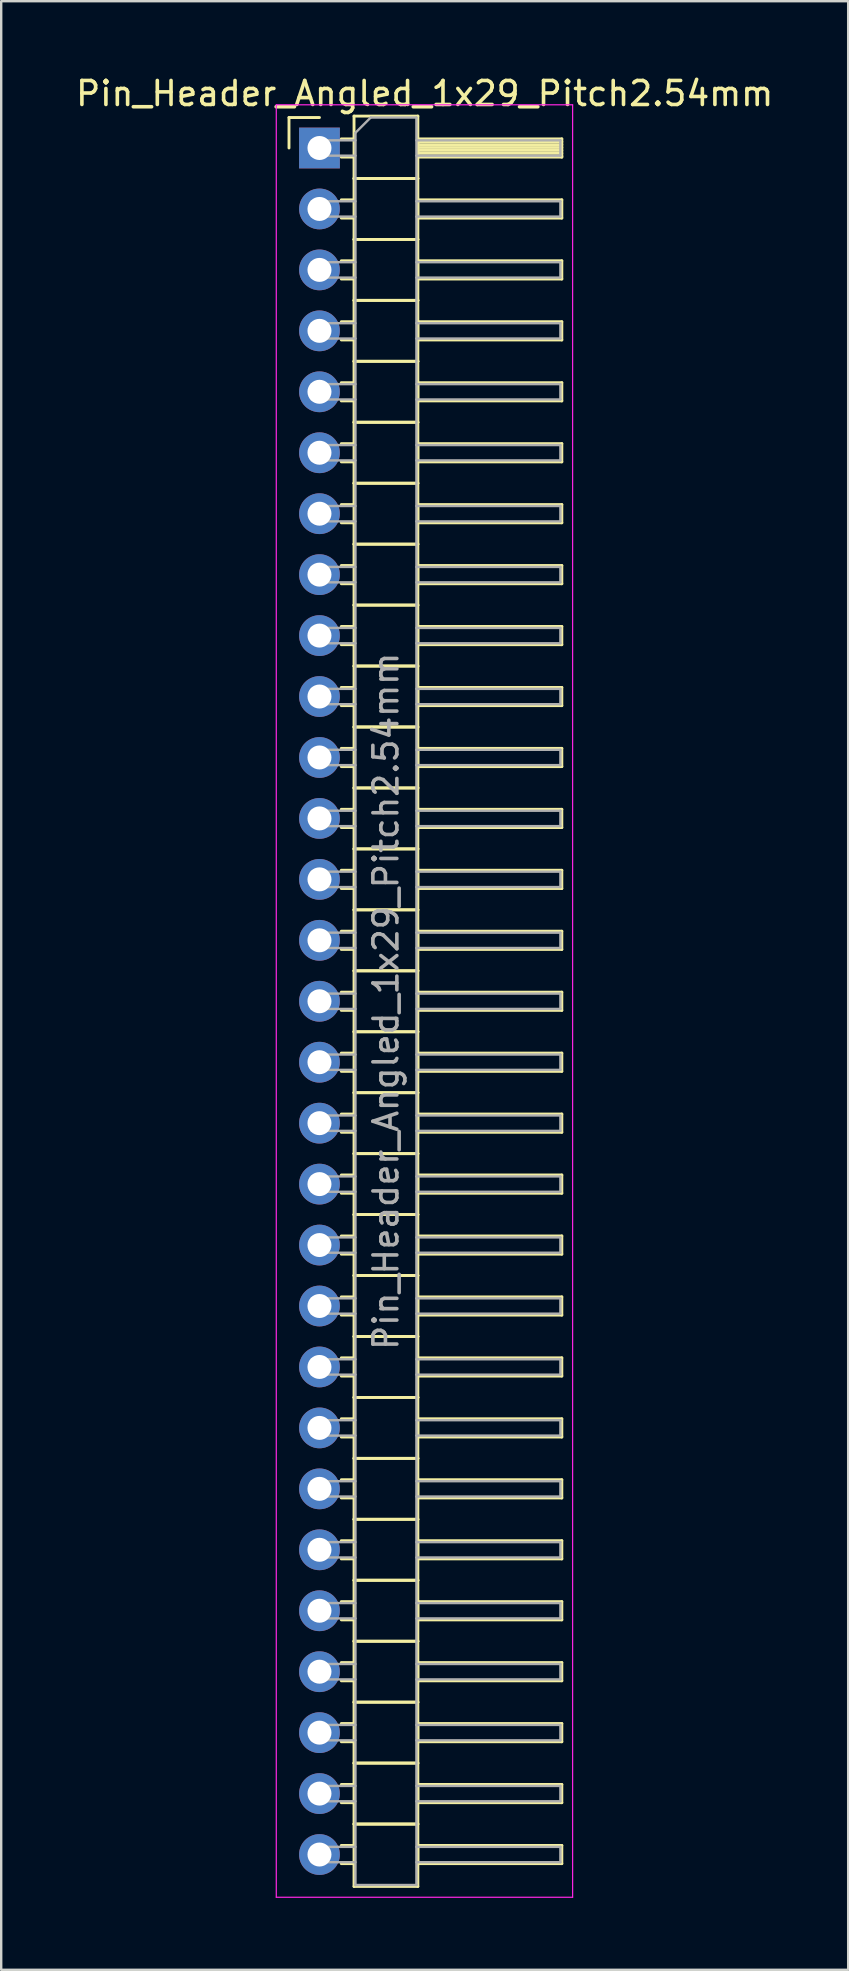
<source format=kicad_pcb>
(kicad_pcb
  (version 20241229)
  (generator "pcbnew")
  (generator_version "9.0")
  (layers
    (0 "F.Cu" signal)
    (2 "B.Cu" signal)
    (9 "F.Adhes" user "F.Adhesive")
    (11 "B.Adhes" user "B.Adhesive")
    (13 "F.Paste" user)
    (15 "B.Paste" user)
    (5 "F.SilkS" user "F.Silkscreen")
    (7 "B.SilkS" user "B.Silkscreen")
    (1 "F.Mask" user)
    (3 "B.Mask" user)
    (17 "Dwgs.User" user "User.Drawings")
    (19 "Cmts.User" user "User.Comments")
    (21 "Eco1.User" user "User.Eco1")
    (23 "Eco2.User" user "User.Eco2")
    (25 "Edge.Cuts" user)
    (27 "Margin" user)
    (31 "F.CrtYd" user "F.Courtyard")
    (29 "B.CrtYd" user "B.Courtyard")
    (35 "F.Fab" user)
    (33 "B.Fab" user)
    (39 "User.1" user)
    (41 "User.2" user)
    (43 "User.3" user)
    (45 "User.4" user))
  (footprint "Pin_Header_Angled_1x29_Pitch2.54mm"
    (layer "F.Cu")
    (at 10.264 3.118)
    (property "Reference" "Pin_Header_Angled_1x29_Pitch2.54mm" (at 4.385 -2.27 0) (layer "F.SilkS") (effects (font (size 1 1) (thickness 0.15))))
    (attr through_hole)
    (fp_line (start -1.27 -1.27) (end 0 -1.27) (stroke (width 0.12) (type solid)) (layer "F.SilkS"))
    (fp_line (start -1.27 0) (end -1.27 -1.27) (stroke (width 0.12) (type solid)) (layer "F.SilkS"))
    (fp_line (start 0.91 -0.38) (end 1.44 -0.38) (stroke (width 0.12) (type solid)) (layer "F.SilkS"))
    (fp_line (start 0.91 0.38) (end 1.44 0.38) (stroke (width 0.12) (type solid)) (layer "F.SilkS"))
    (fp_line (start 0.91 2.16) (end 1.44 2.16) (stroke (width 0.12) (type solid)) (layer "F.SilkS"))
    (fp_line (start 0.91 2.92) (end 1.44 2.92) (stroke (width 0.12) (type solid)) (layer "F.SilkS"))
    (fp_line (start 0.91 4.7) (end 1.44 4.7) (stroke (width 0.12) (type solid)) (layer "F.SilkS"))
    (fp_line (start 0.91 5.46) (end 1.44 5.46) (stroke (width 0.12) (type solid)) (layer "F.SilkS"))
    (fp_line (start 0.91 7.24) (end 1.44 7.24) (stroke (width 0.12) (type solid)) (layer "F.SilkS"))
    (fp_line (start 0.91 8) (end 1.44 8) (stroke (width 0.12) (type solid)) (layer "F.SilkS"))
    (fp_line (start 0.91 9.78) (end 1.44 9.78) (stroke (width 0.12) (type solid)) (layer "F.SilkS"))
    (fp_line (start 0.91 10.54) (end 1.44 10.54) (stroke (width 0.12) (type solid)) (layer "F.SilkS"))
    (fp_line (start 0.91 12.32) (end 1.44 12.32) (stroke (width 0.12) (type solid)) (layer "F.SilkS"))
    (fp_line (start 0.91 13.08) (end 1.44 13.08) (stroke (width 0.12) (type solid)) (layer "F.SilkS"))
    (fp_line (start 0.91 14.86) (end 1.44 14.86) (stroke (width 0.12) (type solid)) (layer "F.SilkS"))
    (fp_line (start 0.91 15.62) (end 1.44 15.62) (stroke (width 0.12) (type solid)) (layer "F.SilkS"))
    (fp_line (start 0.91 17.4) (end 1.44 17.4) (stroke (width 0.12) (type solid)) (layer "F.SilkS"))
    (fp_line (start 0.91 18.16) (end 1.44 18.16) (stroke (width 0.12) (type solid)) (layer "F.SilkS"))
    (fp_line (start 0.91 19.94) (end 1.44 19.94) (stroke (width 0.12) (type solid)) (layer "F.SilkS"))
    (fp_line (start 0.91 20.7) (end 1.44 20.7) (stroke (width 0.12) (type solid)) (layer "F.SilkS"))
    (fp_line (start 0.91 22.48) (end 1.44 22.48) (stroke (width 0.12) (type solid)) (layer "F.SilkS"))
    (fp_line (start 0.91 23.24) (end 1.44 23.24) (stroke (width 0.12) (type solid)) (layer "F.SilkS"))
    (fp_line (start 0.91 25.02) (end 1.44 25.02) (stroke (width 0.12) (type solid)) (layer "F.SilkS"))
    (fp_line (start 0.91 25.78) (end 1.44 25.78) (stroke (width 0.12) (type solid)) (layer "F.SilkS"))
    (fp_line (start 0.91 27.56) (end 1.44 27.56) (stroke (width 0.12) (type solid)) (layer "F.SilkS"))
    (fp_line (start 0.91 28.32) (end 1.44 28.32) (stroke (width 0.12) (type solid)) (layer "F.SilkS"))
    (fp_line (start 0.91 30.1) (end 1.44 30.1) (stroke (width 0.12) (type solid)) (layer "F.SilkS"))
    (fp_line (start 0.91 30.86) (end 1.44 30.86) (stroke (width 0.12) (type solid)) (layer "F.SilkS"))
    (fp_line (start 0.91 32.64) (end 1.44 32.64) (stroke (width 0.12) (type solid)) (layer "F.SilkS"))
    (fp_line (start 0.91 33.4) (end 1.44 33.4) (stroke (width 0.12) (type solid)) (layer "F.SilkS"))
    (fp_line (start 0.91 35.18) (end 1.44 35.18) (stroke (width 0.12) (type solid)) (layer "F.SilkS"))
    (fp_line (start 0.91 35.94) (end 1.44 35.94) (stroke (width 0.12) (type solid)) (layer "F.SilkS"))
    (fp_line (start 0.91 37.72) (end 1.44 37.72) (stroke (width 0.12) (type solid)) (layer "F.SilkS"))
    (fp_line (start 0.91 38.48) (end 1.44 38.48) (stroke (width 0.12) (type solid)) (layer "F.SilkS"))
    (fp_line (start 0.91 40.26) (end 1.44 40.26) (stroke (width 0.12) (type solid)) (layer "F.SilkS"))
    (fp_line (start 0.91 41.02) (end 1.44 41.02) (stroke (width 0.12) (type solid)) (layer "F.SilkS"))
    (fp_line (start 0.91 42.8) (end 1.44 42.8) (stroke (width 0.12) (type solid)) (layer "F.SilkS"))
    (fp_line (start 0.91 43.56) (end 1.44 43.56) (stroke (width 0.12) (type solid)) (layer "F.SilkS"))
    (fp_line (start 0.91 45.34) (end 1.44 45.34) (stroke (width 0.12) (type solid)) (layer "F.SilkS"))
    (fp_line (start 0.91 46.1) (end 1.44 46.1) (stroke (width 0.12) (type solid)) (layer "F.SilkS"))
    (fp_line (start 0.91 47.88) (end 1.44 47.88) (stroke (width 0.12) (type solid)) (layer "F.SilkS"))
    (fp_line (start 0.91 48.64) (end 1.44 48.64) (stroke (width 0.12) (type solid)) (layer "F.SilkS"))
    (fp_line (start 0.91 50.42) (end 1.44 50.42) (stroke (width 0.12) (type solid)) (layer "F.SilkS"))
    (fp_line (start 0.91 51.18) (end 1.44 51.18) (stroke (width 0.12) (type solid)) (layer "F.SilkS"))
    (fp_line (start 0.91 52.96) (end 1.44 52.96) (stroke (width 0.12) (type solid)) (layer "F.SilkS"))
    (fp_line (start 0.91 53.72) (end 1.44 53.72) (stroke (width 0.12) (type solid)) (layer "F.SilkS"))
    (fp_line (start 0.91 55.5) (end 1.44 55.5) (stroke (width 0.12) (type solid)) (layer "F.SilkS"))
    (fp_line (start 0.91 56.26) (end 1.44 56.26) (stroke (width 0.12) (type solid)) (layer "F.SilkS"))
    (fp_line (start 0.91 58.04) (end 1.44 58.04) (stroke (width 0.12) (type solid)) (layer "F.SilkS"))
    (fp_line (start 0.91 58.8) (end 1.44 58.8) (stroke (width 0.12) (type solid)) (layer "F.SilkS"))
    (fp_line (start 0.91 60.58) (end 1.44 60.58) (stroke (width 0.12) (type solid)) (layer "F.SilkS"))
    (fp_line (start 0.91 61.34) (end 1.44 61.34) (stroke (width 0.12) (type solid)) (layer "F.SilkS"))
    (fp_line (start 0.91 63.12) (end 1.44 63.12) (stroke (width 0.12) (type solid)) (layer "F.SilkS"))
    (fp_line (start 0.91 63.88) (end 1.44 63.88) (stroke (width 0.12) (type solid)) (layer "F.SilkS"))
    (fp_line (start 0.91 65.66) (end 1.44 65.66) (stroke (width 0.12) (type solid)) (layer "F.SilkS"))
    (fp_line (start 0.91 66.42) (end 1.44 66.42) (stroke (width 0.12) (type solid)) (layer "F.SilkS"))
    (fp_line (start 0.91 68.2) (end 1.44 68.2) (stroke (width 0.12) (type solid)) (layer "F.SilkS"))
    (fp_line (start 0.91 68.96) (end 1.44 68.96) (stroke (width 0.12) (type solid)) (layer "F.SilkS"))
    (fp_line (start 0.91 70.74) (end 1.44 70.74) (stroke (width 0.12) (type solid)) (layer "F.SilkS"))
    (fp_line (start 0.91 71.5) (end 1.44 71.5) (stroke (width 0.12) (type solid)) (layer "F.SilkS"))
    (fp_line (start 1.44 -1.33) (end 1.44 1.27) (stroke (width 0.12) (type solid)) (layer "F.SilkS"))
    (fp_line (start 1.44 1.27) (end 1.44 3.81) (stroke (width 0.12) (type solid)) (layer "F.SilkS"))
    (fp_line (start 1.44 1.27) (end 4.1 1.27) (stroke (width 0.12) (type solid)) (layer "F.SilkS"))
    (fp_line (start 1.44 3.81) (end 1.44 6.35) (stroke (width 0.12) (type solid)) (layer "F.SilkS"))
    (fp_line (start 1.44 3.81) (end 4.1 3.81) (stroke (width 0.12) (type solid)) (layer "F.SilkS"))
    (fp_line (start 1.44 6.35) (end 1.44 8.89) (stroke (width 0.12) (type solid)) (layer "F.SilkS"))
    (fp_line (start 1.44 6.35) (end 4.1 6.35) (stroke (width 0.12) (type solid)) (layer "F.SilkS"))
    (fp_line (start 1.44 8.89) (end 1.44 11.43) (stroke (width 0.12) (type solid)) (layer "F.SilkS"))
    (fp_line (start 1.44 8.89) (end 4.1 8.89) (stroke (width 0.12) (type solid)) (layer "F.SilkS"))
    (fp_line (start 1.44 11.43) (end 1.44 13.97) (stroke (width 0.12) (type solid)) (layer "F.SilkS"))
    (fp_line (start 1.44 11.43) (end 4.1 11.43) (stroke (width 0.12) (type solid)) (layer "F.SilkS"))
    (fp_line (start 1.44 13.97) (end 1.44 16.51) (stroke (width 0.12) (type solid)) (layer "F.SilkS"))
    (fp_line (start 1.44 13.97) (end 4.1 13.97) (stroke (width 0.12) (type solid)) (layer "F.SilkS"))
    (fp_line (start 1.44 16.51) (end 1.44 19.05) (stroke (width 0.12) (type solid)) (layer "F.SilkS"))
    (fp_line (start 1.44 16.51) (end 4.1 16.51) (stroke (width 0.12) (type solid)) (layer "F.SilkS"))
    (fp_line (start 1.44 19.05) (end 1.44 21.59) (stroke (width 0.12) (type solid)) (layer "F.SilkS"))
    (fp_line (start 1.44 19.05) (end 4.1 19.05) (stroke (width 0.12) (type solid)) (layer "F.SilkS"))
    (fp_line (start 1.44 21.59) (end 1.44 24.13) (stroke (width 0.12) (type solid)) (layer "F.SilkS"))
    (fp_line (start 1.44 21.59) (end 4.1 21.59) (stroke (width 0.12) (type solid)) (layer "F.SilkS"))
    (fp_line (start 1.44 24.13) (end 1.44 26.67) (stroke (width 0.12) (type solid)) (layer "F.SilkS"))
    (fp_line (start 1.44 24.13) (end 4.1 24.13) (stroke (width 0.12) (type solid)) (layer "F.SilkS"))
    (fp_line (start 1.44 26.67) (end 1.44 29.21) (stroke (width 0.12) (type solid)) (layer "F.SilkS"))
    (fp_line (start 1.44 26.67) (end 4.1 26.67) (stroke (width 0.12) (type solid)) (layer "F.SilkS"))
    (fp_line (start 1.44 29.21) (end 1.44 31.75) (stroke (width 0.12) (type solid)) (layer "F.SilkS"))
    (fp_line (start 1.44 29.21) (end 4.1 29.21) (stroke (width 0.12) (type solid)) (layer "F.SilkS"))
    (fp_line (start 1.44 31.75) (end 1.44 34.29) (stroke (width 0.12) (type solid)) (layer "F.SilkS"))
    (fp_line (start 1.44 31.75) (end 4.1 31.75) (stroke (width 0.12) (type solid)) (layer "F.SilkS"))
    (fp_line (start 1.44 34.29) (end 1.44 36.83) (stroke (width 0.12) (type solid)) (layer "F.SilkS"))
    (fp_line (start 1.44 34.29) (end 4.1 34.29) (stroke (width 0.12) (type solid)) (layer "F.SilkS"))
    (fp_line (start 1.44 36.83) (end 1.44 39.37) (stroke (width 0.12) (type solid)) (layer "F.SilkS"))
    (fp_line (start 1.44 36.83) (end 4.1 36.83) (stroke (width 0.12) (type solid)) (layer "F.SilkS"))
    (fp_line (start 1.44 39.37) (end 1.44 41.91) (stroke (width 0.12) (type solid)) (layer "F.SilkS"))
    (fp_line (start 1.44 39.37) (end 4.1 39.37) (stroke (width 0.12) (type solid)) (layer "F.SilkS"))
    (fp_line (start 1.44 41.91) (end 1.44 44.45) (stroke (width 0.12) (type solid)) (layer "F.SilkS"))
    (fp_line (start 1.44 41.91) (end 4.1 41.91) (stroke (width 0.12) (type solid)) (layer "F.SilkS"))
    (fp_line (start 1.44 44.45) (end 1.44 46.99) (stroke (width 0.12) (type solid)) (layer "F.SilkS"))
    (fp_line (start 1.44 44.45) (end 4.1 44.45) (stroke (width 0.12) (type solid)) (layer "F.SilkS"))
    (fp_line (start 1.44 46.99) (end 1.44 49.53) (stroke (width 0.12) (type solid)) (layer "F.SilkS"))
    (fp_line (start 1.44 46.99) (end 4.1 46.99) (stroke (width 0.12) (type solid)) (layer "F.SilkS"))
    (fp_line (start 1.44 49.53) (end 1.44 52.07) (stroke (width 0.12) (type solid)) (layer "F.SilkS"))
    (fp_line (start 1.44 49.53) (end 4.1 49.53) (stroke (width 0.12) (type solid)) (layer "F.SilkS"))
    (fp_line (start 1.44 52.07) (end 1.44 54.61) (stroke (width 0.12) (type solid)) (layer "F.SilkS"))
    (fp_line (start 1.44 52.07) (end 4.1 52.07) (stroke (width 0.12) (type solid)) (layer "F.SilkS"))
    (fp_line (start 1.44 54.61) (end 1.44 57.15) (stroke (width 0.12) (type solid)) (layer "F.SilkS"))
    (fp_line (start 1.44 54.61) (end 4.1 54.61) (stroke (width 0.12) (type solid)) (layer "F.SilkS"))
    (fp_line (start 1.44 57.15) (end 1.44 59.69) (stroke (width 0.12) (type solid)) (layer "F.SilkS"))
    (fp_line (start 1.44 57.15) (end 4.1 57.15) (stroke (width 0.12) (type solid)) (layer "F.SilkS"))
    (fp_line (start 1.44 59.69) (end 1.44 62.23) (stroke (width 0.12) (type solid)) (layer "F.SilkS"))
    (fp_line (start 1.44 59.69) (end 4.1 59.69) (stroke (width 0.12) (type solid)) (layer "F.SilkS"))
    (fp_line (start 1.44 62.23) (end 1.44 64.77) (stroke (width 0.12) (type solid)) (layer "F.SilkS"))
    (fp_line (start 1.44 62.23) (end 4.1 62.23) (stroke (width 0.12) (type solid)) (layer "F.SilkS"))
    (fp_line (start 1.44 64.77) (end 1.44 67.31) (stroke (width 0.12) (type solid)) (layer "F.SilkS"))
    (fp_line (start 1.44 64.77) (end 4.1 64.77) (stroke (width 0.12) (type solid)) (layer "F.SilkS"))
    (fp_line (start 1.44 67.31) (end 1.44 69.85) (stroke (width 0.12) (type solid)) (layer "F.SilkS"))
    (fp_line (start 1.44 67.31) (end 4.1 67.31) (stroke (width 0.12) (type solid)) (layer "F.SilkS"))
    (fp_line (start 1.44 69.85) (end 1.44 72.45) (stroke (width 0.12) (type solid)) (layer "F.SilkS"))
    (fp_line (start 1.44 69.85) (end 4.1 69.85) (stroke (width 0.12) (type solid)) (layer "F.SilkS"))
    (fp_line (start 1.44 72.45) (end 4.1 72.45) (stroke (width 0.12) (type solid)) (layer "F.SilkS"))
    (fp_line (start 4.1 -1.33) (end 1.44 -1.33) (stroke (width 0.12) (type solid)) (layer "F.SilkS"))
    (fp_line (start 4.1 -0.38) (end 4.1 0.38) (stroke (width 0.12) (type solid)) (layer "F.SilkS"))
    (fp_line (start 4.1 -0.26) (end 10.1 -0.26) (stroke (width 0.12) (type solid)) (layer "F.SilkS"))
    (fp_line (start 4.1 -0.14) (end 10.1 -0.14) (stroke (width 0.12) (type solid)) (layer "F.SilkS"))
    (fp_line (start 4.1 -0.02) (end 10.1 -0.02) (stroke (width 0.12) (type solid)) (layer "F.SilkS"))
    (fp_line (start 4.1 0.1) (end 10.1 0.1) (stroke (width 0.12) (type solid)) (layer "F.SilkS"))
    (fp_line (start 4.1 0.22) (end 10.1 0.22) (stroke (width 0.12) (type solid)) (layer "F.SilkS"))
    (fp_line (start 4.1 0.34) (end 10.1 0.34) (stroke (width 0.12) (type solid)) (layer "F.SilkS"))
    (fp_line (start 4.1 0.38) (end 10.1 0.38) (stroke (width 0.12) (type solid)) (layer "F.SilkS"))
    (fp_line (start 4.1 1.27) (end 1.44 1.27) (stroke (width 0.12) (type solid)) (layer "F.SilkS"))
    (fp_line (start 4.1 1.27) (end 4.1 -1.33) (stroke (width 0.12) (type solid)) (layer "F.SilkS"))
    (fp_line (start 4.1 2.16) (end 4.1 2.92) (stroke (width 0.12) (type solid)) (layer "F.SilkS"))
    (fp_line (start 4.1 2.92) (end 10.1 2.92) (stroke (width 0.12) (type solid)) (layer "F.SilkS"))
    (fp_line (start 4.1 3.81) (end 1.44 3.81) (stroke (width 0.12) (type solid)) (layer "F.SilkS"))
    (fp_line (start 4.1 3.81) (end 4.1 1.27) (stroke (width 0.12) (type solid)) (layer "F.SilkS"))
    (fp_line (start 4.1 4.7) (end 4.1 5.46) (stroke (width 0.12) (type solid)) (layer "F.SilkS"))
    (fp_line (start 4.1 5.46) (end 10.1 5.46) (stroke (width 0.12) (type solid)) (layer "F.SilkS"))
    (fp_line (start 4.1 6.35) (end 1.44 6.35) (stroke (width 0.12) (type solid)) (layer "F.SilkS"))
    (fp_line (start 4.1 6.35) (end 4.1 3.81) (stroke (width 0.12) (type solid)) (layer "F.SilkS"))
    (fp_line (start 4.1 7.24) (end 4.1 8) (stroke (width 0.12) (type solid)) (layer "F.SilkS"))
    (fp_line (start 4.1 8) (end 10.1 8) (stroke (width 0.12) (type solid)) (layer "F.SilkS"))
    (fp_line (start 4.1 8.89) (end 1.44 8.89) (stroke (width 0.12) (type solid)) (layer "F.SilkS"))
    (fp_line (start 4.1 8.89) (end 4.1 6.35) (stroke (width 0.12) (type solid)) (layer "F.SilkS"))
    (fp_line (start 4.1 9.78) (end 4.1 10.54) (stroke (width 0.12) (type solid)) (layer "F.SilkS"))
    (fp_line (start 4.1 10.54) (end 10.1 10.54) (stroke (width 0.12) (type solid)) (layer "F.SilkS"))
    (fp_line (start 4.1 11.43) (end 1.44 11.43) (stroke (width 0.12) (type solid)) (layer "F.SilkS"))
    (fp_line (start 4.1 11.43) (end 4.1 8.89) (stroke (width 0.12) (type solid)) (layer "F.SilkS"))
    (fp_line (start 4.1 12.32) (end 4.1 13.08) (stroke (width 0.12) (type solid)) (layer "F.SilkS"))
    (fp_line (start 4.1 13.08) (end 10.1 13.08) (stroke (width 0.12) (type solid)) (layer "F.SilkS"))
    (fp_line (start 4.1 13.97) (end 1.44 13.97) (stroke (width 0.12) (type solid)) (layer "F.SilkS"))
    (fp_line (start 4.1 13.97) (end 4.1 11.43) (stroke (width 0.12) (type solid)) (layer "F.SilkS"))
    (fp_line (start 4.1 14.86) (end 4.1 15.62) (stroke (width 0.12) (type solid)) (layer "F.SilkS"))
    (fp_line (start 4.1 15.62) (end 10.1 15.62) (stroke (width 0.12) (type solid)) (layer "F.SilkS"))
    (fp_line (start 4.1 16.51) (end 1.44 16.51) (stroke (width 0.12) (type solid)) (layer "F.SilkS"))
    (fp_line (start 4.1 16.51) (end 4.1 13.97) (stroke (width 0.12) (type solid)) (layer "F.SilkS"))
    (fp_line (start 4.1 17.4) (end 4.1 18.16) (stroke (width 0.12) (type solid)) (layer "F.SilkS"))
    (fp_line (start 4.1 18.16) (end 10.1 18.16) (stroke (width 0.12) (type solid)) (layer "F.SilkS"))
    (fp_line (start 4.1 19.05) (end 1.44 19.05) (stroke (width 0.12) (type solid)) (layer "F.SilkS"))
    (fp_line (start 4.1 19.05) (end 4.1 16.51) (stroke (width 0.12) (type solid)) (layer "F.SilkS"))
    (fp_line (start 4.1 19.94) (end 4.1 20.7) (stroke (width 0.12) (type solid)) (layer "F.SilkS"))
    (fp_line (start 4.1 20.7) (end 10.1 20.7) (stroke (width 0.12) (type solid)) (layer "F.SilkS"))
    (fp_line (start 4.1 21.59) (end 1.44 21.59) (stroke (width 0.12) (type solid)) (layer "F.SilkS"))
    (fp_line (start 4.1 21.59) (end 4.1 19.05) (stroke (width 0.12) (type solid)) (layer "F.SilkS"))
    (fp_line (start 4.1 22.48) (end 4.1 23.24) (stroke (width 0.12) (type solid)) (layer "F.SilkS"))
    (fp_line (start 4.1 23.24) (end 10.1 23.24) (stroke (width 0.12) (type solid)) (layer "F.SilkS"))
    (fp_line (start 4.1 24.13) (end 1.44 24.13) (stroke (width 0.12) (type solid)) (layer "F.SilkS"))
    (fp_line (start 4.1 24.13) (end 4.1 21.59) (stroke (width 0.12) (type solid)) (layer "F.SilkS"))
    (fp_line (start 4.1 25.02) (end 4.1 25.78) (stroke (width 0.12) (type solid)) (layer "F.SilkS"))
    (fp_line (start 4.1 25.78) (end 10.1 25.78) (stroke (width 0.12) (type solid)) (layer "F.SilkS"))
    (fp_line (start 4.1 26.67) (end 1.44 26.67) (stroke (width 0.12) (type solid)) (layer "F.SilkS"))
    (fp_line (start 4.1 26.67) (end 4.1 24.13) (stroke (width 0.12) (type solid)) (layer "F.SilkS"))
    (fp_line (start 4.1 27.56) (end 4.1 28.32) (stroke (width 0.12) (type solid)) (layer "F.SilkS"))
    (fp_line (start 4.1 28.32) (end 10.1 28.32) (stroke (width 0.12) (type solid)) (layer "F.SilkS"))
    (fp_line (start 4.1 29.21) (end 1.44 29.21) (stroke (width 0.12) (type solid)) (layer "F.SilkS"))
    (fp_line (start 4.1 29.21) (end 4.1 26.67) (stroke (width 0.12) (type solid)) (layer "F.SilkS"))
    (fp_line (start 4.1 30.1) (end 4.1 30.86) (stroke (width 0.12) (type solid)) (layer "F.SilkS"))
    (fp_line (start 4.1 30.86) (end 10.1 30.86) (stroke (width 0.12) (type solid)) (layer "F.SilkS"))
    (fp_line (start 4.1 31.75) (end 1.44 31.75) (stroke (width 0.12) (type solid)) (layer "F.SilkS"))
    (fp_line (start 4.1 31.75) (end 4.1 29.21) (stroke (width 0.12) (type solid)) (layer "F.SilkS"))
    (fp_line (start 4.1 32.64) (end 4.1 33.4) (stroke (width 0.12) (type solid)) (layer "F.SilkS"))
    (fp_line (start 4.1 33.4) (end 10.1 33.4) (stroke (width 0.12) (type solid)) (layer "F.SilkS"))
    (fp_line (start 4.1 34.29) (end 1.44 34.29) (stroke (width 0.12) (type solid)) (layer "F.SilkS"))
    (fp_line (start 4.1 34.29) (end 4.1 31.75) (stroke (width 0.12) (type solid)) (layer "F.SilkS"))
    (fp_line (start 4.1 35.18) (end 4.1 35.94) (stroke (width 0.12) (type solid)) (layer "F.SilkS"))
    (fp_line (start 4.1 35.94) (end 10.1 35.94) (stroke (width 0.12) (type solid)) (layer "F.SilkS"))
    (fp_line (start 4.1 36.83) (end 1.44 36.83) (stroke (width 0.12) (type solid)) (layer "F.SilkS"))
    (fp_line (start 4.1 36.83) (end 4.1 34.29) (stroke (width 0.12) (type solid)) (layer "F.SilkS"))
    (fp_line (start 4.1 37.72) (end 4.1 38.48) (stroke (width 0.12) (type solid)) (layer "F.SilkS"))
    (fp_line (start 4.1 38.48) (end 10.1 38.48) (stroke (width 0.12) (type solid)) (layer "F.SilkS"))
    (fp_line (start 4.1 39.37) (end 1.44 39.37) (stroke (width 0.12) (type solid)) (layer "F.SilkS"))
    (fp_line (start 4.1 39.37) (end 4.1 36.83) (stroke (width 0.12) (type solid)) (layer "F.SilkS"))
    (fp_line (start 4.1 40.26) (end 4.1 41.02) (stroke (width 0.12) (type solid)) (layer "F.SilkS"))
    (fp_line (start 4.1 41.02) (end 10.1 41.02) (stroke (width 0.12) (type solid)) (layer "F.SilkS"))
    (fp_line (start 4.1 41.91) (end 1.44 41.91) (stroke (width 0.12) (type solid)) (layer "F.SilkS"))
    (fp_line (start 4.1 41.91) (end 4.1 39.37) (stroke (width 0.12) (type solid)) (layer "F.SilkS"))
    (fp_line (start 4.1 42.8) (end 4.1 43.56) (stroke (width 0.12) (type solid)) (layer "F.SilkS"))
    (fp_line (start 4.1 43.56) (end 10.1 43.56) (stroke (width 0.12) (type solid)) (layer "F.SilkS"))
    (fp_line (start 4.1 44.45) (end 1.44 44.45) (stroke (width 0.12) (type solid)) (layer "F.SilkS"))
    (fp_line (start 4.1 44.45) (end 4.1 41.91) (stroke (width 0.12) (type solid)) (layer "F.SilkS"))
    (fp_line (start 4.1 45.34) (end 4.1 46.1) (stroke (width 0.12) (type solid)) (layer "F.SilkS"))
    (fp_line (start 4.1 46.1) (end 10.1 46.1) (stroke (width 0.12) (type solid)) (layer "F.SilkS"))
    (fp_line (start 4.1 46.99) (end 1.44 46.99) (stroke (width 0.12) (type solid)) (layer "F.SilkS"))
    (fp_line (start 4.1 46.99) (end 4.1 44.45) (stroke (width 0.12) (type solid)) (layer "F.SilkS"))
    (fp_line (start 4.1 47.88) (end 4.1 48.64) (stroke (width 0.12) (type solid)) (layer "F.SilkS"))
    (fp_line (start 4.1 48.64) (end 10.1 48.64) (stroke (width 0.12) (type solid)) (layer "F.SilkS"))
    (fp_line (start 4.1 49.53) (end 1.44 49.53) (stroke (width 0.12) (type solid)) (layer "F.SilkS"))
    (fp_line (start 4.1 49.53) (end 4.1 46.99) (stroke (width 0.12) (type solid)) (layer "F.SilkS"))
    (fp_line (start 4.1 50.42) (end 4.1 51.18) (stroke (width 0.12) (type solid)) (layer "F.SilkS"))
    (fp_line (start 4.1 51.18) (end 10.1 51.18) (stroke (width 0.12) (type solid)) (layer "F.SilkS"))
    (fp_line (start 4.1 52.07) (end 1.44 52.07) (stroke (width 0.12) (type solid)) (layer "F.SilkS"))
    (fp_line (start 4.1 52.07) (end 4.1 49.53) (stroke (width 0.12) (type solid)) (layer "F.SilkS"))
    (fp_line (start 4.1 52.96) (end 4.1 53.72) (stroke (width 0.12) (type solid)) (layer "F.SilkS"))
    (fp_line (start 4.1 53.72) (end 10.1 53.72) (stroke (width 0.12) (type solid)) (layer "F.SilkS"))
    (fp_line (start 4.1 54.61) (end 1.44 54.61) (stroke (width 0.12) (type solid)) (layer "F.SilkS"))
    (fp_line (start 4.1 54.61) (end 4.1 52.07) (stroke (width 0.12) (type solid)) (layer "F.SilkS"))
    (fp_line (start 4.1 55.5) (end 4.1 56.26) (stroke (width 0.12) (type solid)) (layer "F.SilkS"))
    (fp_line (start 4.1 56.26) (end 10.1 56.26) (stroke (width 0.12) (type solid)) (layer "F.SilkS"))
    (fp_line (start 4.1 57.15) (end 1.44 57.15) (stroke (width 0.12) (type solid)) (layer "F.SilkS"))
    (fp_line (start 4.1 57.15) (end 4.1 54.61) (stroke (width 0.12) (type solid)) (layer "F.SilkS"))
    (fp_line (start 4.1 58.04) (end 4.1 58.8) (stroke (width 0.12) (type solid)) (layer "F.SilkS"))
    (fp_line (start 4.1 58.8) (end 10.1 58.8) (stroke (width 0.12) (type solid)) (layer "F.SilkS"))
    (fp_line (start 4.1 59.69) (end 1.44 59.69) (stroke (width 0.12) (type solid)) (layer "F.SilkS"))
    (fp_line (start 4.1 59.69) (end 4.1 57.15) (stroke (width 0.12) (type solid)) (layer "F.SilkS"))
    (fp_line (start 4.1 60.58) (end 4.1 61.34) (stroke (width 0.12) (type solid)) (layer "F.SilkS"))
    (fp_line (start 4.1 61.34) (end 10.1 61.34) (stroke (width 0.12) (type solid)) (layer "F.SilkS"))
    (fp_line (start 4.1 62.23) (end 1.44 62.23) (stroke (width 0.12) (type solid)) (layer "F.SilkS"))
    (fp_line (start 4.1 62.23) (end 4.1 59.69) (stroke (width 0.12) (type solid)) (layer "F.SilkS"))
    (fp_line (start 4.1 63.12) (end 4.1 63.88) (stroke (width 0.12) (type solid)) (layer "F.SilkS"))
    (fp_line (start 4.1 63.88) (end 10.1 63.88) (stroke (width 0.12) (type solid)) (layer "F.SilkS"))
    (fp_line (start 4.1 64.77) (end 1.44 64.77) (stroke (width 0.12) (type solid)) (layer "F.SilkS"))
    (fp_line (start 4.1 64.77) (end 4.1 62.23) (stroke (width 0.12) (type solid)) (layer "F.SilkS"))
    (fp_line (start 4.1 65.66) (end 4.1 66.42) (stroke (width 0.12) (type solid)) (layer "F.SilkS"))
    (fp_line (start 4.1 66.42) (end 10.1 66.42) (stroke (width 0.12) (type solid)) (layer "F.SilkS"))
    (fp_line (start 4.1 67.31) (end 1.44 67.31) (stroke (width 0.12) (type solid)) (layer "F.SilkS"))
    (fp_line (start 4.1 67.31) (end 4.1 64.77) (stroke (width 0.12) (type solid)) (layer "F.SilkS"))
    (fp_line (start 4.1 68.2) (end 4.1 68.96) (stroke (width 0.12) (type solid)) (layer "F.SilkS"))
    (fp_line (start 4.1 68.96) (end 10.1 68.96) (stroke (width 0.12) (type solid)) (layer "F.SilkS"))
    (fp_line (start 4.1 69.85) (end 1.44 69.85) (stroke (width 0.12) (type solid)) (layer "F.SilkS"))
    (fp_line (start 4.1 69.85) (end 4.1 67.31) (stroke (width 0.12) (type solid)) (layer "F.SilkS"))
    (fp_line (start 4.1 70.74) (end 4.1 71.5) (stroke (width 0.12) (type solid)) (layer "F.SilkS"))
    (fp_line (start 4.1 71.5) (end 10.1 71.5) (stroke (width 0.12) (type solid)) (layer "F.SilkS"))
    (fp_line (start 4.1 72.45) (end 4.1 69.85) (stroke (width 0.12) (type solid)) (layer "F.SilkS"))
    (fp_line (start 10.1 -0.38) (end 4.1 -0.38) (stroke (width 0.12) (type solid)) (layer "F.SilkS"))
    (fp_line (start 10.1 0.38) (end 10.1 -0.38) (stroke (width 0.12) (type solid)) (layer "F.SilkS"))
    (fp_line (start 10.1 2.16) (end 4.1 2.16) (stroke (width 0.12) (type solid)) (layer "F.SilkS"))
    (fp_line (start 10.1 2.92) (end 10.1 2.16) (stroke (width 0.12) (type solid)) (layer "F.SilkS"))
    (fp_line (start 10.1 4.7) (end 4.1 4.7) (stroke (width 0.12) (type solid)) (layer "F.SilkS"))
    (fp_line (start 10.1 5.46) (end 10.1 4.7) (stroke (width 0.12) (type solid)) (layer "F.SilkS"))
    (fp_line (start 10.1 7.24) (end 4.1 7.24) (stroke (width 0.12) (type solid)) (layer "F.SilkS"))
    (fp_line (start 10.1 8) (end 10.1 7.24) (stroke (width 0.12) (type solid)) (layer "F.SilkS"))
    (fp_line (start 10.1 9.78) (end 4.1 9.78) (stroke (width 0.12) (type solid)) (layer "F.SilkS"))
    (fp_line (start 10.1 10.54) (end 10.1 9.78) (stroke (width 0.12) (type solid)) (layer "F.SilkS"))
    (fp_line (start 10.1 12.32) (end 4.1 12.32) (stroke (width 0.12) (type solid)) (layer "F.SilkS"))
    (fp_line (start 10.1 13.08) (end 10.1 12.32) (stroke (width 0.12) (type solid)) (layer "F.SilkS"))
    (fp_line (start 10.1 14.86) (end 4.1 14.86) (stroke (width 0.12) (type solid)) (layer "F.SilkS"))
    (fp_line (start 10.1 15.62) (end 10.1 14.86) (stroke (width 0.12) (type solid)) (layer "F.SilkS"))
    (fp_line (start 10.1 17.4) (end 4.1 17.4) (stroke (width 0.12) (type solid)) (layer "F.SilkS"))
    (fp_line (start 10.1 18.16) (end 10.1 17.4) (stroke (width 0.12) (type solid)) (layer "F.SilkS"))
    (fp_line (start 10.1 19.94) (end 4.1 19.94) (stroke (width 0.12) (type solid)) (layer "F.SilkS"))
    (fp_line (start 10.1 20.7) (end 10.1 19.94) (stroke (width 0.12) (type solid)) (layer "F.SilkS"))
    (fp_line (start 10.1 22.48) (end 4.1 22.48) (stroke (width 0.12) (type solid)) (layer "F.SilkS"))
    (fp_line (start 10.1 23.24) (end 10.1 22.48) (stroke (width 0.12) (type solid)) (layer "F.SilkS"))
    (fp_line (start 10.1 25.02) (end 4.1 25.02) (stroke (width 0.12) (type solid)) (layer "F.SilkS"))
    (fp_line (start 10.1 25.78) (end 10.1 25.02) (stroke (width 0.12) (type solid)) (layer "F.SilkS"))
    (fp_line (start 10.1 27.56) (end 4.1 27.56) (stroke (width 0.12) (type solid)) (layer "F.SilkS"))
    (fp_line (start 10.1 28.32) (end 10.1 27.56) (stroke (width 0.12) (type solid)) (layer "F.SilkS"))
    (fp_line (start 10.1 30.1) (end 4.1 30.1) (stroke (width 0.12) (type solid)) (layer "F.SilkS"))
    (fp_line (start 10.1 30.86) (end 10.1 30.1) (stroke (width 0.12) (type solid)) (layer "F.SilkS"))
    (fp_line (start 10.1 32.64) (end 4.1 32.64) (stroke (width 0.12) (type solid)) (layer "F.SilkS"))
    (fp_line (start 10.1 33.4) (end 10.1 32.64) (stroke (width 0.12) (type solid)) (layer "F.SilkS"))
    (fp_line (start 10.1 35.18) (end 4.1 35.18) (stroke (width 0.12) (type solid)) (layer "F.SilkS"))
    (fp_line (start 10.1 35.94) (end 10.1 35.18) (stroke (width 0.12) (type solid)) (layer "F.SilkS"))
    (fp_line (start 10.1 37.72) (end 4.1 37.72) (stroke (width 0.12) (type solid)) (layer "F.SilkS"))
    (fp_line (start 10.1 38.48) (end 10.1 37.72) (stroke (width 0.12) (type solid)) (layer "F.SilkS"))
    (fp_line (start 10.1 40.26) (end 4.1 40.26) (stroke (width 0.12) (type solid)) (layer "F.SilkS"))
    (fp_line (start 10.1 41.02) (end 10.1 40.26) (stroke (width 0.12) (type solid)) (layer "F.SilkS"))
    (fp_line (start 10.1 42.8) (end 4.1 42.8) (stroke (width 0.12) (type solid)) (layer "F.SilkS"))
    (fp_line (start 10.1 43.56) (end 10.1 42.8) (stroke (width 0.12) (type solid)) (layer "F.SilkS"))
    (fp_line (start 10.1 45.34) (end 4.1 45.34) (stroke (width 0.12) (type solid)) (layer "F.SilkS"))
    (fp_line (start 10.1 46.1) (end 10.1 45.34) (stroke (width 0.12) (type solid)) (layer "F.SilkS"))
    (fp_line (start 10.1 47.88) (end 4.1 47.88) (stroke (width 0.12) (type solid)) (layer "F.SilkS"))
    (fp_line (start 10.1 48.64) (end 10.1 47.88) (stroke (width 0.12) (type solid)) (layer "F.SilkS"))
    (fp_line (start 10.1 50.42) (end 4.1 50.42) (stroke (width 0.12) (type solid)) (layer "F.SilkS"))
    (fp_line (start 10.1 51.18) (end 10.1 50.42) (stroke (width 0.12) (type solid)) (layer "F.SilkS"))
    (fp_line (start 10.1 52.96) (end 4.1 52.96) (stroke (width 0.12) (type solid)) (layer "F.SilkS"))
    (fp_line (start 10.1 53.72) (end 10.1 52.96) (stroke (width 0.12) (type solid)) (layer "F.SilkS"))
    (fp_line (start 10.1 55.5) (end 4.1 55.5) (stroke (width 0.12) (type solid)) (layer "F.SilkS"))
    (fp_line (start 10.1 56.26) (end 10.1 55.5) (stroke (width 0.12) (type solid)) (layer "F.SilkS"))
    (fp_line (start 10.1 58.04) (end 4.1 58.04) (stroke (width 0.12) (type solid)) (layer "F.SilkS"))
    (fp_line (start 10.1 58.8) (end 10.1 58.04) (stroke (width 0.12) (type solid)) (layer "F.SilkS"))
    (fp_line (start 10.1 60.58) (end 4.1 60.58) (stroke (width 0.12) (type solid)) (layer "F.SilkS"))
    (fp_line (start 10.1 61.34) (end 10.1 60.58) (stroke (width 0.12) (type solid)) (layer "F.SilkS"))
    (fp_line (start 10.1 63.12) (end 4.1 63.12) (stroke (width 0.12) (type solid)) (layer "F.SilkS"))
    (fp_line (start 10.1 63.88) (end 10.1 63.12) (stroke (width 0.12) (type solid)) (layer "F.SilkS"))
    (fp_line (start 10.1 65.66) (end 4.1 65.66) (stroke (width 0.12) (type solid)) (layer "F.SilkS"))
    (fp_line (start 10.1 66.42) (end 10.1 65.66) (stroke (width 0.12) (type solid)) (layer "F.SilkS"))
    (fp_line (start 10.1 68.2) (end 4.1 68.2) (stroke (width 0.12) (type solid)) (layer "F.SilkS"))
    (fp_line (start 10.1 68.96) (end 10.1 68.2) (stroke (width 0.12) (type solid)) (layer "F.SilkS"))
    (fp_line (start 10.1 70.74) (end 4.1 70.74) (stroke (width 0.12) (type solid)) (layer "F.SilkS"))
    (fp_line (start 10.1 71.5) (end 10.1 70.74) (stroke (width 0.12) (type solid)) (layer "F.SilkS"))
    (fp_line (start -1.8 -1.8) (end -1.8 72.9) (stroke (width 0.05) (type solid)) (layer "F.CrtYd"))
    (fp_line (start -1.8 72.9) (end 10.55 72.9) (stroke (width 0.05) (type solid)) (layer "F.CrtYd"))
    (fp_line (start 10.55 -1.8) (end -1.8 -1.8) (stroke (width 0.05) (type solid)) (layer "F.CrtYd"))
    (fp_line (start 10.55 72.9) (end 10.55 -1.8) (stroke (width 0.05) (type solid)) (layer "F.CrtYd"))
    (fp_line (start -0.32 -0.32) (end -0.32 0.32) (stroke (width 0.1) (type solid)) (layer "F.Fab"))
    (fp_line (start -0.32 -0.32) (end 1.5 -0.32) (stroke (width 0.1) (type solid)) (layer "F.Fab"))
    (fp_line (start -0.32 0.32) (end 1.5 0.32) (stroke (width 0.1) (type solid)) (layer "F.Fab"))
    (fp_line (start -0.32 2.22) (end -0.32 2.86) (stroke (width 0.1) (type solid)) (layer "F.Fab"))
    (fp_line (start -0.32 2.22) (end 1.5 2.22) (stroke (width 0.1) (type solid)) (layer "F.Fab"))
    (fp_line (start -0.32 2.86) (end 1.5 2.86) (stroke (width 0.1) (type solid)) (layer "F.Fab"))
    (fp_line (start -0.32 4.76) (end -0.32 5.4) (stroke (width 0.1) (type solid)) (layer "F.Fab"))
    (fp_line (start -0.32 4.76) (end 1.5 4.76) (stroke (width 0.1) (type solid)) (layer "F.Fab"))
    (fp_line (start -0.32 5.4) (end 1.5 5.4) (stroke (width 0.1) (type solid)) (layer "F.Fab"))
    (fp_line (start -0.32 7.3) (end -0.32 7.94) (stroke (width 0.1) (type solid)) (layer "F.Fab"))
    (fp_line (start -0.32 7.3) (end 1.5 7.3) (stroke (width 0.1) (type solid)) (layer "F.Fab"))
    (fp_line (start -0.32 7.94) (end 1.5 7.94) (stroke (width 0.1) (type solid)) (layer "F.Fab"))
    (fp_line (start -0.32 9.84) (end -0.32 10.48) (stroke (width 0.1) (type solid)) (layer "F.Fab"))
    (fp_line (start -0.32 9.84) (end 1.5 9.84) (stroke (width 0.1) (type solid)) (layer "F.Fab"))
    (fp_line (start -0.32 10.48) (end 1.5 10.48) (stroke (width 0.1) (type solid)) (layer "F.Fab"))
    (fp_line (start -0.32 12.38) (end -0.32 13.02) (stroke (width 0.1) (type solid)) (layer "F.Fab"))
    (fp_line (start -0.32 12.38) (end 1.5 12.38) (stroke (width 0.1) (type solid)) (layer "F.Fab"))
    (fp_line (start -0.32 13.02) (end 1.5 13.02) (stroke (width 0.1) (type solid)) (layer "F.Fab"))
    (fp_line (start -0.32 14.92) (end -0.32 15.56) (stroke (width 0.1) (type solid)) (layer "F.Fab"))
    (fp_line (start -0.32 14.92) (end 1.5 14.92) (stroke (width 0.1) (type solid)) (layer "F.Fab"))
    (fp_line (start -0.32 15.56) (end 1.5 15.56) (stroke (width 0.1) (type solid)) (layer "F.Fab"))
    (fp_line (start -0.32 17.46) (end -0.32 18.1) (stroke (width 0.1) (type solid)) (layer "F.Fab"))
    (fp_line (start -0.32 17.46) (end 1.5 17.46) (stroke (width 0.1) (type solid)) (layer "F.Fab"))
    (fp_line (start -0.32 18.1) (end 1.5 18.1) (stroke (width 0.1) (type solid)) (layer "F.Fab"))
    (fp_line (start -0.32 20) (end -0.32 20.64) (stroke (width 0.1) (type solid)) (layer "F.Fab"))
    (fp_line (start -0.32 20) (end 1.5 20) (stroke (width 0.1) (type solid)) (layer "F.Fab"))
    (fp_line (start -0.32 20.64) (end 1.5 20.64) (stroke (width 0.1) (type solid)) (layer "F.Fab"))
    (fp_line (start -0.32 22.54) (end -0.32 23.18) (stroke (width 0.1) (type solid)) (layer "F.Fab"))
    (fp_line (start -0.32 22.54) (end 1.5 22.54) (stroke (width 0.1) (type solid)) (layer "F.Fab"))
    (fp_line (start -0.32 23.18) (end 1.5 23.18) (stroke (width 0.1) (type solid)) (layer "F.Fab"))
    (fp_line (start -0.32 25.08) (end -0.32 25.72) (stroke (width 0.1) (type solid)) (layer "F.Fab"))
    (fp_line (start -0.32 25.08) (end 1.5 25.08) (stroke (width 0.1) (type solid)) (layer "F.Fab"))
    (fp_line (start -0.32 25.72) (end 1.5 25.72) (stroke (width 0.1) (type solid)) (layer "F.Fab"))
    (fp_line (start -0.32 27.62) (end -0.32 28.26) (stroke (width 0.1) (type solid)) (layer "F.Fab"))
    (fp_line (start -0.32 27.62) (end 1.5 27.62) (stroke (width 0.1) (type solid)) (layer "F.Fab"))
    (fp_line (start -0.32 28.26) (end 1.5 28.26) (stroke (width 0.1) (type solid)) (layer "F.Fab"))
    (fp_line (start -0.32 30.16) (end -0.32 30.8) (stroke (width 0.1) (type solid)) (layer "F.Fab"))
    (fp_line (start -0.32 30.16) (end 1.5 30.16) (stroke (width 0.1) (type solid)) (layer "F.Fab"))
    (fp_line (start -0.32 30.8) (end 1.5 30.8) (stroke (width 0.1) (type solid)) (layer "F.Fab"))
    (fp_line (start -0.32 32.7) (end -0.32 33.34) (stroke (width 0.1) (type solid)) (layer "F.Fab"))
    (fp_line (start -0.32 32.7) (end 1.5 32.7) (stroke (width 0.1) (type solid)) (layer "F.Fab"))
    (fp_line (start -0.32 33.34) (end 1.5 33.34) (stroke (width 0.1) (type solid)) (layer "F.Fab"))
    (fp_line (start -0.32 35.24) (end -0.32 35.88) (stroke (width 0.1) (type solid)) (layer "F.Fab"))
    (fp_line (start -0.32 35.24) (end 1.5 35.24) (stroke (width 0.1) (type solid)) (layer "F.Fab"))
    (fp_line (start -0.32 35.88) (end 1.5 35.88) (stroke (width 0.1) (type solid)) (layer "F.Fab"))
    (fp_line (start -0.32 37.78) (end -0.32 38.42) (stroke (width 0.1) (type solid)) (layer "F.Fab"))
    (fp_line (start -0.32 37.78) (end 1.5 37.78) (stroke (width 0.1) (type solid)) (layer "F.Fab"))
    (fp_line (start -0.32 38.42) (end 1.5 38.42) (stroke (width 0.1) (type solid)) (layer "F.Fab"))
    (fp_line (start -0.32 40.32) (end -0.32 40.96) (stroke (width 0.1) (type solid)) (layer "F.Fab"))
    (fp_line (start -0.32 40.32) (end 1.5 40.32) (stroke (width 0.1) (type solid)) (layer "F.Fab"))
    (fp_line (start -0.32 40.96) (end 1.5 40.96) (stroke (width 0.1) (type solid)) (layer "F.Fab"))
    (fp_line (start -0.32 42.86) (end -0.32 43.5) (stroke (width 0.1) (type solid)) (layer "F.Fab"))
    (fp_line (start -0.32 42.86) (end 1.5 42.86) (stroke (width 0.1) (type solid)) (layer "F.Fab"))
    (fp_line (start -0.32 43.5) (end 1.5 43.5) (stroke (width 0.1) (type solid)) (layer "F.Fab"))
    (fp_line (start -0.32 45.4) (end -0.32 46.04) (stroke (width 0.1) (type solid)) (layer "F.Fab"))
    (fp_line (start -0.32 45.4) (end 1.5 45.4) (stroke (width 0.1) (type solid)) (layer "F.Fab"))
    (fp_line (start -0.32 46.04) (end 1.5 46.04) (stroke (width 0.1) (type solid)) (layer "F.Fab"))
    (fp_line (start -0.32 47.94) (end -0.32 48.58) (stroke (width 0.1) (type solid)) (layer "F.Fab"))
    (fp_line (start -0.32 47.94) (end 1.5 47.94) (stroke (width 0.1) (type solid)) (layer "F.Fab"))
    (fp_line (start -0.32 48.58) (end 1.5 48.58) (stroke (width 0.1) (type solid)) (layer "F.Fab"))
    (fp_line (start -0.32 50.48) (end -0.32 51.12) (stroke (width 0.1) (type solid)) (layer "F.Fab"))
    (fp_line (start -0.32 50.48) (end 1.5 50.48) (stroke (width 0.1) (type solid)) (layer "F.Fab"))
    (fp_line (start -0.32 51.12) (end 1.5 51.12) (stroke (width 0.1) (type solid)) (layer "F.Fab"))
    (fp_line (start -0.32 53.02) (end -0.32 53.66) (stroke (width 0.1) (type solid)) (layer "F.Fab"))
    (fp_line (start -0.32 53.02) (end 1.5 53.02) (stroke (width 0.1) (type solid)) (layer "F.Fab"))
    (fp_line (start -0.32 53.66) (end 1.5 53.66) (stroke (width 0.1) (type solid)) (layer "F.Fab"))
    (fp_line (start -0.32 55.56) (end -0.32 56.2) (stroke (width 0.1) (type solid)) (layer "F.Fab"))
    (fp_line (start -0.32 55.56) (end 1.5 55.56) (stroke (width 0.1) (type solid)) (layer "F.Fab"))
    (fp_line (start -0.32 56.2) (end 1.5 56.2) (stroke (width 0.1) (type solid)) (layer "F.Fab"))
    (fp_line (start -0.32 58.1) (end -0.32 58.74) (stroke (width 0.1) (type solid)) (layer "F.Fab"))
    (fp_line (start -0.32 58.1) (end 1.5 58.1) (stroke (width 0.1) (type solid)) (layer "F.Fab"))
    (fp_line (start -0.32 58.74) (end 1.5 58.74) (stroke (width 0.1) (type solid)) (layer "F.Fab"))
    (fp_line (start -0.32 60.64) (end -0.32 61.28) (stroke (width 0.1) (type solid)) (layer "F.Fab"))
    (fp_line (start -0.32 60.64) (end 1.5 60.64) (stroke (width 0.1) (type solid)) (layer "F.Fab"))
    (fp_line (start -0.32 61.28) (end 1.5 61.28) (stroke (width 0.1) (type solid)) (layer "F.Fab"))
    (fp_line (start -0.32 63.18) (end -0.32 63.82) (stroke (width 0.1) (type solid)) (layer "F.Fab"))
    (fp_line (start -0.32 63.18) (end 1.5 63.18) (stroke (width 0.1) (type solid)) (layer "F.Fab"))
    (fp_line (start -0.32 63.82) (end 1.5 63.82) (stroke (width 0.1) (type solid)) (layer "F.Fab"))
    (fp_line (start -0.32 65.72) (end -0.32 66.36) (stroke (width 0.1) (type solid)) (layer "F.Fab"))
    (fp_line (start -0.32 65.72) (end 1.5 65.72) (stroke (width 0.1) (type solid)) (layer "F.Fab"))
    (fp_line (start -0.32 66.36) (end 1.5 66.36) (stroke (width 0.1) (type solid)) (layer "F.Fab"))
    (fp_line (start -0.32 68.26) (end -0.32 68.9) (stroke (width 0.1) (type solid)) (layer "F.Fab"))
    (fp_line (start -0.32 68.26) (end 1.5 68.26) (stroke (width 0.1) (type solid)) (layer "F.Fab"))
    (fp_line (start -0.32 68.9) (end 1.5 68.9) (stroke (width 0.1) (type solid)) (layer "F.Fab"))
    (fp_line (start -0.32 70.8) (end -0.32 71.44) (stroke (width 0.1) (type solid)) (layer "F.Fab"))
    (fp_line (start -0.32 70.8) (end 1.5 70.8) (stroke (width 0.1) (type solid)) (layer "F.Fab"))
    (fp_line (start -0.32 71.44) (end 1.5 71.44) (stroke (width 0.1) (type solid)) (layer "F.Fab"))
    (fp_line (start 1.5 -0.635) (end 2.135 -1.27) (stroke (width 0.1) (type solid)) (layer "F.Fab"))
    (fp_line (start 1.5 72.39) (end 1.5 -0.635) (stroke (width 0.1) (type solid)) (layer "F.Fab"))
    (fp_line (start 2.135 -1.27) (end 4.04 -1.27) (stroke (width 0.1) (type solid)) (layer "F.Fab"))
    (fp_line (start 4.04 -1.27) (end 4.04 72.39) (stroke (width 0.1) (type solid)) (layer "F.Fab"))
    (fp_line (start 4.04 -0.32) (end 10.04 -0.32) (stroke (width 0.1) (type solid)) (layer "F.Fab"))
    (fp_line (start 4.04 0.32) (end 10.04 0.32) (stroke (width 0.1) (type solid)) (layer "F.Fab"))
    (fp_line (start 4.04 2.22) (end 10.04 2.22) (stroke (width 0.1) (type solid)) (layer "F.Fab"))
    (fp_line (start 4.04 2.86) (end 10.04 2.86) (stroke (width 0.1) (type solid)) (layer "F.Fab"))
    (fp_line (start 4.04 4.76) (end 10.04 4.76) (stroke (width 0.1) (type solid)) (layer "F.Fab"))
    (fp_line (start 4.04 5.4) (end 10.04 5.4) (stroke (width 0.1) (type solid)) (layer "F.Fab"))
    (fp_line (start 4.04 7.3) (end 10.04 7.3) (stroke (width 0.1) (type solid)) (layer "F.Fab"))
    (fp_line (start 4.04 7.94) (end 10.04 7.94) (stroke (width 0.1) (type solid)) (layer "F.Fab"))
    (fp_line (start 4.04 9.84) (end 10.04 9.84) (stroke (width 0.1) (type solid)) (layer "F.Fab"))
    (fp_line (start 4.04 10.48) (end 10.04 10.48) (stroke (width 0.1) (type solid)) (layer "F.Fab"))
    (fp_line (start 4.04 12.38) (end 10.04 12.38) (stroke (width 0.1) (type solid)) (layer "F.Fab"))
    (fp_line (start 4.04 13.02) (end 10.04 13.02) (stroke (width 0.1) (type solid)) (layer "F.Fab"))
    (fp_line (start 4.04 14.92) (end 10.04 14.92) (stroke (width 0.1) (type solid)) (layer "F.Fab"))
    (fp_line (start 4.04 15.56) (end 10.04 15.56) (stroke (width 0.1) (type solid)) (layer "F.Fab"))
    (fp_line (start 4.04 17.46) (end 10.04 17.46) (stroke (width 0.1) (type solid)) (layer "F.Fab"))
    (fp_line (start 4.04 18.1) (end 10.04 18.1) (stroke (width 0.1) (type solid)) (layer "F.Fab"))
    (fp_line (start 4.04 20) (end 10.04 20) (stroke (width 0.1) (type solid)) (layer "F.Fab"))
    (fp_line (start 4.04 20.64) (end 10.04 20.64) (stroke (width 0.1) (type solid)) (layer "F.Fab"))
    (fp_line (start 4.04 22.54) (end 10.04 22.54) (stroke (width 0.1) (type solid)) (layer "F.Fab"))
    (fp_line (start 4.04 23.18) (end 10.04 23.18) (stroke (width 0.1) (type solid)) (layer "F.Fab"))
    (fp_line (start 4.04 25.08) (end 10.04 25.08) (stroke (width 0.1) (type solid)) (layer "F.Fab"))
    (fp_line (start 4.04 25.72) (end 10.04 25.72) (stroke (width 0.1) (type solid)) (layer "F.Fab"))
    (fp_line (start 4.04 27.62) (end 10.04 27.62) (stroke (width 0.1) (type solid)) (layer "F.Fab"))
    (fp_line (start 4.04 28.26) (end 10.04 28.26) (stroke (width 0.1) (type solid)) (layer "F.Fab"))
    (fp_line (start 4.04 30.16) (end 10.04 30.16) (stroke (width 0.1) (type solid)) (layer "F.Fab"))
    (fp_line (start 4.04 30.8) (end 10.04 30.8) (stroke (width 0.1) (type solid)) (layer "F.Fab"))
    (fp_line (start 4.04 32.7) (end 10.04 32.7) (stroke (width 0.1) (type solid)) (layer "F.Fab"))
    (fp_line (start 4.04 33.34) (end 10.04 33.34) (stroke (width 0.1) (type solid)) (layer "F.Fab"))
    (fp_line (start 4.04 35.24) (end 10.04 35.24) (stroke (width 0.1) (type solid)) (layer "F.Fab"))
    (fp_line (start 4.04 35.88) (end 10.04 35.88) (stroke (width 0.1) (type solid)) (layer "F.Fab"))
    (fp_line (start 4.04 37.78) (end 10.04 37.78) (stroke (width 0.1) (type solid)) (layer "F.Fab"))
    (fp_line (start 4.04 38.42) (end 10.04 38.42) (stroke (width 0.1) (type solid)) (layer "F.Fab"))
    (fp_line (start 4.04 40.32) (end 10.04 40.32) (stroke (width 0.1) (type solid)) (layer "F.Fab"))
    (fp_line (start 4.04 40.96) (end 10.04 40.96) (stroke (width 0.1) (type solid)) (layer "F.Fab"))
    (fp_line (start 4.04 42.86) (end 10.04 42.86) (stroke (width 0.1) (type solid)) (layer "F.Fab"))
    (fp_line (start 4.04 43.5) (end 10.04 43.5) (stroke (width 0.1) (type solid)) (layer "F.Fab"))
    (fp_line (start 4.04 45.4) (end 10.04 45.4) (stroke (width 0.1) (type solid)) (layer "F.Fab"))
    (fp_line (start 4.04 46.04) (end 10.04 46.04) (stroke (width 0.1) (type solid)) (layer "F.Fab"))
    (fp_line (start 4.04 47.94) (end 10.04 47.94) (stroke (width 0.1) (type solid)) (layer "F.Fab"))
    (fp_line (start 4.04 48.58) (end 10.04 48.58) (stroke (width 0.1) (type solid)) (layer "F.Fab"))
    (fp_line (start 4.04 50.48) (end 10.04 50.48) (stroke (width 0.1) (type solid)) (layer "F.Fab"))
    (fp_line (start 4.04 51.12) (end 10.04 51.12) (stroke (width 0.1) (type solid)) (layer "F.Fab"))
    (fp_line (start 4.04 53.02) (end 10.04 53.02) (stroke (width 0.1) (type solid)) (layer "F.Fab"))
    (fp_line (start 4.04 53.66) (end 10.04 53.66) (stroke (width 0.1) (type solid)) (layer "F.Fab"))
    (fp_line (start 4.04 55.56) (end 10.04 55.56) (stroke (width 0.1) (type solid)) (layer "F.Fab"))
    (fp_line (start 4.04 56.2) (end 10.04 56.2) (stroke (width 0.1) (type solid)) (layer "F.Fab"))
    (fp_line (start 4.04 58.1) (end 10.04 58.1) (stroke (width 0.1) (type solid)) (layer "F.Fab"))
    (fp_line (start 4.04 58.74) (end 10.04 58.74) (stroke (width 0.1) (type solid)) (layer "F.Fab"))
    (fp_line (start 4.04 60.64) (end 10.04 60.64) (stroke (width 0.1) (type solid)) (layer "F.Fab"))
    (fp_line (start 4.04 61.28) (end 10.04 61.28) (stroke (width 0.1) (type solid)) (layer "F.Fab"))
    (fp_line (start 4.04 63.18) (end 10.04 63.18) (stroke (width 0.1) (type solid)) (layer "F.Fab"))
    (fp_line (start 4.04 63.82) (end 10.04 63.82) (stroke (width 0.1) (type solid)) (layer "F.Fab"))
    (fp_line (start 4.04 65.72) (end 10.04 65.72) (stroke (width 0.1) (type solid)) (layer "F.Fab"))
    (fp_line (start 4.04 66.36) (end 10.04 66.36) (stroke (width 0.1) (type solid)) (layer "F.Fab"))
    (fp_line (start 4.04 68.26) (end 10.04 68.26) (stroke (width 0.1) (type solid)) (layer "F.Fab"))
    (fp_line (start 4.04 68.9) (end 10.04 68.9) (stroke (width 0.1) (type solid)) (layer "F.Fab"))
    (fp_line (start 4.04 70.8) (end 10.04 70.8) (stroke (width 0.1) (type solid)) (layer "F.Fab"))
    (fp_line (start 4.04 71.44) (end 10.04 71.44) (stroke (width 0.1) (type solid)) (layer "F.Fab"))
    (fp_line (start 4.04 72.39) (end 1.5 72.39) (stroke (width 0.1) (type solid)) (layer "F.Fab"))
    (fp_line (start 10.04 -0.32) (end 10.04 0.32) (stroke (width 0.1) (type solid)) (layer "F.Fab"))
    (fp_line (start 10.04 2.22) (end 10.04 2.86) (stroke (width 0.1) (type solid)) (layer "F.Fab"))
    (fp_line (start 10.04 4.76) (end 10.04 5.4) (stroke (width 0.1) (type solid)) (layer "F.Fab"))
    (fp_line (start 10.04 7.3) (end 10.04 7.94) (stroke (width 0.1) (type solid)) (layer "F.Fab"))
    (fp_line (start 10.04 9.84) (end 10.04 10.48) (stroke (width 0.1) (type solid)) (layer "F.Fab"))
    (fp_line (start 10.04 12.38) (end 10.04 13.02) (stroke (width 0.1) (type solid)) (layer "F.Fab"))
    (fp_line (start 10.04 14.92) (end 10.04 15.56) (stroke (width 0.1) (type solid)) (layer "F.Fab"))
    (fp_line (start 10.04 17.46) (end 10.04 18.1) (stroke (width 0.1) (type solid)) (layer "F.Fab"))
    (fp_line (start 10.04 20) (end 10.04 20.64) (stroke (width 0.1) (type solid)) (layer "F.Fab"))
    (fp_line (start 10.04 22.54) (end 10.04 23.18) (stroke (width 0.1) (type solid)) (layer "F.Fab"))
    (fp_line (start 10.04 25.08) (end 10.04 25.72) (stroke (width 0.1) (type solid)) (layer "F.Fab"))
    (fp_line (start 10.04 27.62) (end 10.04 28.26) (stroke (width 0.1) (type solid)) (layer "F.Fab"))
    (fp_line (start 10.04 30.16) (end 10.04 30.8) (stroke (width 0.1) (type solid)) (layer "F.Fab"))
    (fp_line (start 10.04 32.7) (end 10.04 33.34) (stroke (width 0.1) (type solid)) (layer "F.Fab"))
    (fp_line (start 10.04 35.24) (end 10.04 35.88) (stroke (width 0.1) (type solid)) (layer "F.Fab"))
    (fp_line (start 10.04 37.78) (end 10.04 38.42) (stroke (width 0.1) (type solid)) (layer "F.Fab"))
    (fp_line (start 10.04 40.32) (end 10.04 40.96) (stroke (width 0.1) (type solid)) (layer "F.Fab"))
    (fp_line (start 10.04 42.86) (end 10.04 43.5) (stroke (width 0.1) (type solid)) (layer "F.Fab"))
    (fp_line (start 10.04 45.4) (end 10.04 46.04) (stroke (width 0.1) (type solid)) (layer "F.Fab"))
    (fp_line (start 10.04 47.94) (end 10.04 48.58) (stroke (width 0.1) (type solid)) (layer "F.Fab"))
    (fp_line (start 10.04 50.48) (end 10.04 51.12) (stroke (width 0.1) (type solid)) (layer "F.Fab"))
    (fp_line (start 10.04 53.02) (end 10.04 53.66) (stroke (width 0.1) (type solid)) (layer "F.Fab"))
    (fp_line (start 10.04 55.56) (end 10.04 56.2) (stroke (width 0.1) (type solid)) (layer "F.Fab"))
    (fp_line (start 10.04 58.1) (end 10.04 58.74) (stroke (width 0.1) (type solid)) (layer "F.Fab"))
    (fp_line (start 10.04 60.64) (end 10.04 61.28) (stroke (width 0.1) (type solid)) (layer "F.Fab"))
    (fp_line (start 10.04 63.18) (end 10.04 63.82) (stroke (width 0.1) (type solid)) (layer "F.Fab"))
    (fp_line (start 10.04 65.72) (end 10.04 66.36) (stroke (width 0.1) (type solid)) (layer "F.Fab"))
    (fp_line (start 10.04 68.26) (end 10.04 68.9) (stroke (width 0.1) (type solid)) (layer "F.Fab"))
    (fp_line (start 10.04 70.8) (end 10.04 71.44) (stroke (width 0.1) (type solid)) (layer "F.Fab"))
    (fp_text user "${REFERENCE}" (at 2.77 35.56 90) (layer "F.Fab") (effects (font (size 1 1) (thickness 0.15))))
    (pad "1" thru_hole rect (at 0 0) (size 1.7 1.7) (drill 1) (layers "*.Cu" "*.Mask"))
    (pad "2" thru_hole oval (at 0 2.54) (size 1.7 1.7) (drill 1) (layers "*.Cu" "*.Mask"))
    (pad "3" thru_hole oval (at 0 5.08) (size 1.7 1.7) (drill 1) (layers "*.Cu" "*.Mask"))
    (pad "4" thru_hole oval (at 0 7.62) (size 1.7 1.7) (drill 1) (layers "*.Cu" "*.Mask"))
    (pad "5" thru_hole oval (at 0 10.16) (size 1.7 1.7) (drill 1) (layers "*.Cu" "*.Mask"))
    (pad "6" thru_hole oval (at 0 12.7) (size 1.7 1.7) (drill 1) (layers "*.Cu" "*.Mask"))
    (pad "7" thru_hole oval (at 0 15.24) (size 1.7 1.7) (drill 1) (layers "*.Cu" "*.Mask"))
    (pad "8" thru_hole oval (at 0 17.78) (size 1.7 1.7) (drill 1) (layers "*.Cu" "*.Mask"))
    (pad "9" thru_hole oval (at 0 20.32) (size 1.7 1.7) (drill 1) (layers "*.Cu" "*.Mask"))
    (pad "10" thru_hole oval (at 0 22.86) (size 1.7 1.7) (drill 1) (layers "*.Cu" "*.Mask"))
    (pad "11" thru_hole oval (at 0 25.4) (size 1.7 1.7) (drill 1) (layers "*.Cu" "*.Mask"))
    (pad "12" thru_hole oval (at 0 27.94) (size 1.7 1.7) (drill 1) (layers "*.Cu" "*.Mask"))
    (pad "13" thru_hole oval (at 0 30.48) (size 1.7 1.7) (drill 1) (layers "*.Cu" "*.Mask"))
    (pad "14" thru_hole oval (at 0 33.02) (size 1.7 1.7) (drill 1) (layers "*.Cu" "*.Mask"))
    (pad "15" thru_hole oval (at 0 35.56) (size 1.7 1.7) (drill 1) (layers "*.Cu" "*.Mask"))
    (pad "16" thru_hole oval (at 0 38.1) (size 1.7 1.7) (drill 1) (layers "*.Cu" "*.Mask"))
    (pad "17" thru_hole oval (at 0 40.64) (size 1.7 1.7) (drill 1) (layers "*.Cu" "*.Mask"))
    (pad "18" thru_hole oval (at 0 43.18) (size 1.7 1.7) (drill 1) (layers "*.Cu" "*.Mask"))
    (pad "19" thru_hole oval (at 0 45.72) (size 1.7 1.7) (drill 1) (layers "*.Cu" "*.Mask"))
    (pad "20" thru_hole oval (at 0 48.26) (size 1.7 1.7) (drill 1) (layers "*.Cu" "*.Mask"))
    (pad "21" thru_hole oval (at 0 50.8) (size 1.7 1.7) (drill 1) (layers "*.Cu" "*.Mask"))
    (pad "22" thru_hole oval (at 0 53.34) (size 1.7 1.7) (drill 1) (layers "*.Cu" "*.Mask"))
    (pad "23" thru_hole oval (at 0 55.88) (size 1.7 1.7) (drill 1) (layers "*.Cu" "*.Mask"))
    (pad "24" thru_hole oval (at 0 58.42) (size 1.7 1.7) (drill 1) (layers "*.Cu" "*.Mask"))
    (pad "25" thru_hole oval (at 0 60.96) (size 1.7 1.7) (drill 1) (layers "*.Cu" "*.Mask"))
    (pad "26" thru_hole oval (at 0 63.5) (size 1.7 1.7) (drill 1) (layers "*.Cu" "*.Mask"))
    (pad "27" thru_hole oval (at 0 66.04) (size 1.7 1.7) (drill 1) (layers "*.Cu" "*.Mask"))
    (pad "28" thru_hole oval (at 0 68.58) (size 1.7 1.7) (drill 1) (layers "*.Cu" "*.Mask"))
    (pad "29" thru_hole oval (at 0 71.12) (size 1.7 1.7) (drill 1) (layers "*.Cu" "*.Mask")))
  (gr_rect
    (start -3 -3)
    (end 32.298 79.043)
    (stroke (width 0.1) (type default))
    (fill no)
    (layer "Edge.Cuts")))
</source>
